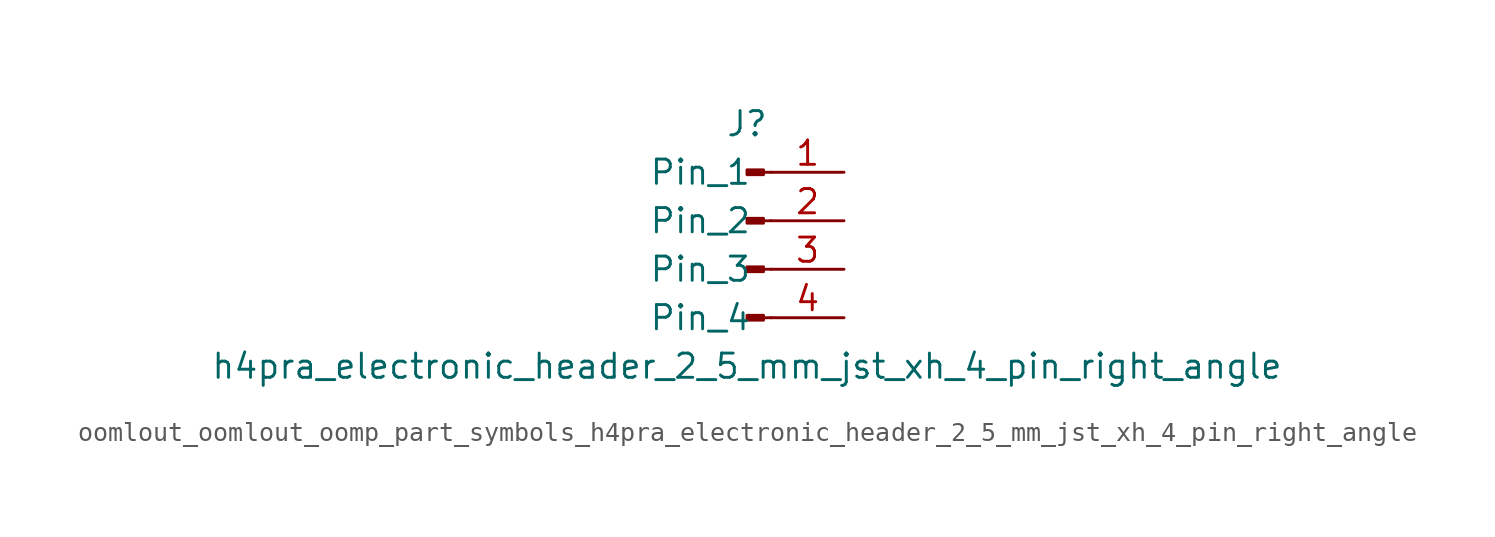
<source format=kicad_sym>
(kicad_symbol_lib
  (version 20220914)
  (generator kicad_symbol_editor)
  (symbol "oomlout_oomlout_oomp_part_symbols_h4pra_electronic_header_2_5_mm_jst_xh_4_pin_right_angle"
    (pin_names
      (offset 1.016))
    (property "Reference" "J"
      (at 0 5.08 0)
      (effects (font (size 1.27 1.27))))
    (property "Value" "h4pra_electronic_header_2_5_mm_jst_xh_4_pin_right_angle"
      (at 0 -7.62 0)
      (effects (font (size 1.27 1.27))))
    (property "ki_locked" ""
      (at 0 0 0)
      (effects (font (size 1.27 1.27))))
    (symbol "oomlout_oomlout_oomp_part_symbols_h4pra_electronic_header_2_5_mm_jst_xh_4_pin_right_angle_1_1"
      (polyline (pts (xy 1.27 -5.08) (xy 0.864 -5.08)) (stroke (width 0.152) (type default)) (fill (type none)))
      (polyline (pts (xy 1.27 -2.54) (xy 0.864 -2.54)) (stroke (width 0.152) (type default)) (fill (type none)))
      (polyline (pts (xy 1.27 0) (xy 0.864 0)) (stroke (width 0.152) (type default)) (fill (type none)))
      (polyline (pts (xy 1.27 2.54) (xy 0.864 2.54)) (stroke (width 0.152) (type default)) (fill (type none)))
      (rectangle (start 0.864 -4.953) (end 0 -5.207) (stroke (width 0.152) (type default)) (fill (type outline)))
      (rectangle (start 0.864 -2.413) (end 0 -2.667) (stroke (width 0.152) (type default)) (fill (type outline)))
      (rectangle (start 0.864 0.127) (end 0 -0.127) (stroke (width 0.152) (type default)) (fill (type outline)))
      (rectangle (start 0.864 2.667) (end 0 2.413) (stroke (width 0.152) (type default)) (fill (type outline)))
      (pin passive line (at 5.08 2.54 180) (length 3.81) (name "Pin_1" (effects (font (size 1.27 1.27)))) (number "1" (effects (font (size 1.27 1.27)))))
      (pin passive line (at 5.08 0 180) (length 3.81) (name "Pin_2" (effects (font (size 1.27 1.27)))) (number "2" (effects (font (size 1.27 1.27)))))
      (pin passive line (at 5.08 -2.54 180) (length 3.81) (name "Pin_3" (effects (font (size 1.27 1.27)))) (number "3" (effects (font (size 1.27 1.27)))))
      (pin passive line (at 5.08 -5.08 180) (length 3.81) (name "Pin_4" (effects (font (size 1.27 1.27)))) (number "4" (effects (font (size 1.27 1.27))))))))
</source>
